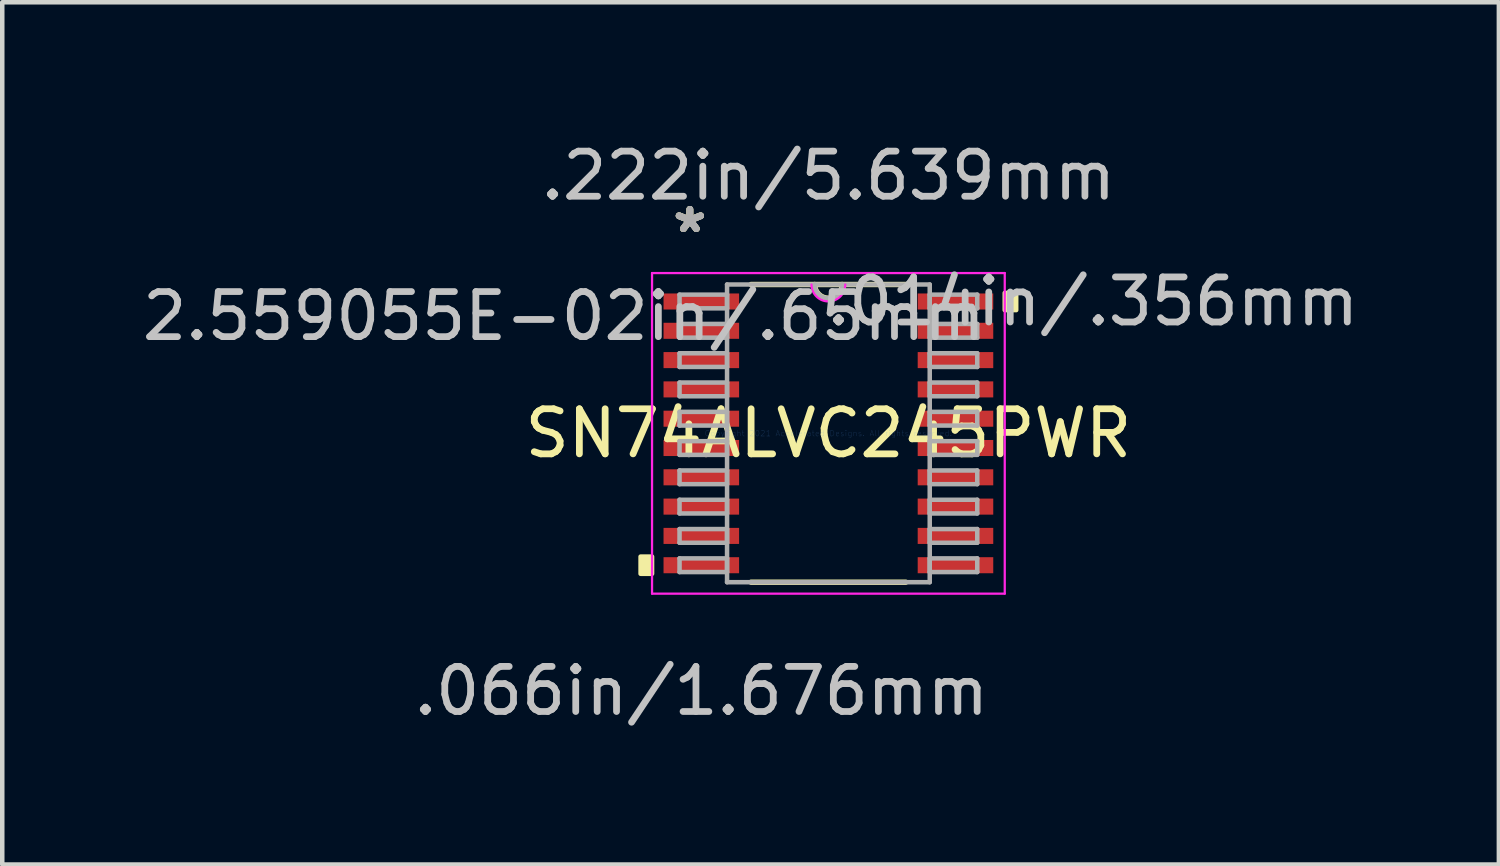
<source format=kicad_pcb>
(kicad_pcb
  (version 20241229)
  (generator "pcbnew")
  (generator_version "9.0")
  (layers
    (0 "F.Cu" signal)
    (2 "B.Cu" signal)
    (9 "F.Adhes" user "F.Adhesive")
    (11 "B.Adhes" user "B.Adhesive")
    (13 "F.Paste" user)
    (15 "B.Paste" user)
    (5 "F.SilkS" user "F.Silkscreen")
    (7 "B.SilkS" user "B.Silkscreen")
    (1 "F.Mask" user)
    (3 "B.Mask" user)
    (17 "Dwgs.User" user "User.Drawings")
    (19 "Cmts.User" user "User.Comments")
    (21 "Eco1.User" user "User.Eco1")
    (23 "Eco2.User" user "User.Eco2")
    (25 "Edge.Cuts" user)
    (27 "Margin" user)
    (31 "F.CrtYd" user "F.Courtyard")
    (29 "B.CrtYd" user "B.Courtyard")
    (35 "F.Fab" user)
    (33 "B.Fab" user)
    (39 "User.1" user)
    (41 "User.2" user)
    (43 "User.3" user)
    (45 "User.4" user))
  (footprint "SN74ALVC245PWR"
    (layer "F.Cu")
    (at 15.326 6.563)
    (property "Reference" "SN74ALVC245PWR" (at 0 0 0) (layer "F.SilkS") (effects (font (size 1 1) (thickness 0.15))))
    (attr through_hole)
    (fp_line (start -1.715 3.302) (end 1.715 3.302) (stroke (width 0.12) (type solid)) (layer "F.SilkS"))
    (fp_line (start 1.715 -3.302) (end -1.715 -3.302) (stroke (width 0.12) (type solid)) (layer "F.SilkS"))
    (fp_arc (start 0.3048 -3.302) (mid 0 -2.9972) (end -0.3048 -3.302) (stroke (width 0.12) (type solid)) (layer "F.SilkS"))
    (fp_poly (pts (xy -4.166 2.734) (xy -4.166 3.115) (xy -3.912 3.115) (xy -3.912 2.734)) (stroke (width 0.1) (type solid)) (fill yes) (layer "F.SilkS"))
    (fp_poly (pts (xy 4.166 -3.115) (xy 4.166 -2.734) (xy 3.912 -2.734) (xy 3.912 -3.115)) (stroke (width 0.1) (type solid)) (fill yes) (layer "F.SilkS"))
    (fp_line (start -3.912 -3.556) (end 3.912 -3.556) (stroke (width 0.05) (type solid)) (layer "F.CrtYd"))
    (fp_line (start -3.912 3.556) (end -3.912 -3.556) (stroke (width 0.05) (type solid)) (layer "F.CrtYd"))
    (fp_line (start 3.912 -3.556) (end 3.912 3.556) (stroke (width 0.05) (type solid)) (layer "F.CrtYd"))
    (fp_line (start 3.912 3.556) (end -3.912 3.556) (stroke (width 0.05) (type solid)) (layer "F.CrtYd"))
    (fp_arc (start 0.37465 -3.302) (mid 0 -2.92735) (end -0.37465 -3.302) (stroke (width 0.05) (type solid)) (layer "F.CrtYd"))
    (fp_line (start -3.302 -3.077) (end -3.302 -2.773) (stroke (width 0.1) (type solid)) (layer "F.Fab"))
    (fp_line (start -3.302 -2.773) (end -2.248 -2.773) (stroke (width 0.1) (type solid)) (layer "F.Fab"))
    (fp_line (start -3.302 -2.427) (end -3.302 -2.123) (stroke (width 0.1) (type solid)) (layer "F.Fab"))
    (fp_line (start -3.302 -2.123) (end -2.248 -2.123) (stroke (width 0.1) (type solid)) (layer "F.Fab"))
    (fp_line (start -3.302 -1.777) (end -3.302 -1.473) (stroke (width 0.1) (type solid)) (layer "F.Fab"))
    (fp_line (start -3.302 -1.473) (end -2.248 -1.473) (stroke (width 0.1) (type solid)) (layer "F.Fab"))
    (fp_line (start -3.302 -1.127) (end -3.302 -0.823) (stroke (width 0.1) (type solid)) (layer "F.Fab"))
    (fp_line (start -3.302 -0.823) (end -2.248 -0.823) (stroke (width 0.1) (type solid)) (layer "F.Fab"))
    (fp_line (start -3.302 -0.477) (end -3.302 -0.173) (stroke (width 0.1) (type solid)) (layer "F.Fab"))
    (fp_line (start -3.302 -0.173) (end -2.248 -0.173) (stroke (width 0.1) (type solid)) (layer "F.Fab"))
    (fp_line (start -3.302 0.173) (end -3.302 0.477) (stroke (width 0.1) (type solid)) (layer "F.Fab"))
    (fp_line (start -3.302 0.477) (end -2.248 0.477) (stroke (width 0.1) (type solid)) (layer "F.Fab"))
    (fp_line (start -3.302 0.823) (end -3.302 1.127) (stroke (width 0.1) (type solid)) (layer "F.Fab"))
    (fp_line (start -3.302 1.127) (end -2.248 1.127) (stroke (width 0.1) (type solid)) (layer "F.Fab"))
    (fp_line (start -3.302 1.473) (end -3.302 1.777) (stroke (width 0.1) (type solid)) (layer "F.Fab"))
    (fp_line (start -3.302 1.777) (end -2.248 1.777) (stroke (width 0.1) (type solid)) (layer "F.Fab"))
    (fp_line (start -3.302 2.123) (end -3.302 2.427) (stroke (width 0.1) (type solid)) (layer "F.Fab"))
    (fp_line (start -3.302 2.427) (end -2.248 2.427) (stroke (width 0.1) (type solid)) (layer "F.Fab"))
    (fp_line (start -3.302 2.773) (end -3.302 3.077) (stroke (width 0.1) (type solid)) (layer "F.Fab"))
    (fp_line (start -3.302 3.077) (end -2.248 3.077) (stroke (width 0.1) (type solid)) (layer "F.Fab"))
    (fp_line (start -2.248 -3.302) (end -2.248 3.302) (stroke (width 0.1) (type solid)) (layer "F.Fab"))
    (fp_line (start -2.248 -3.077) (end -3.302 -3.077) (stroke (width 0.1) (type solid)) (layer "F.Fab"))
    (fp_line (start -2.248 -2.773) (end -2.248 -3.077) (stroke (width 0.1) (type solid)) (layer "F.Fab"))
    (fp_line (start -2.248 -2.427) (end -3.302 -2.427) (stroke (width 0.1) (type solid)) (layer "F.Fab"))
    (fp_line (start -2.248 -2.123) (end -2.248 -2.427) (stroke (width 0.1) (type solid)) (layer "F.Fab"))
    (fp_line (start -2.248 -1.777) (end -3.302 -1.777) (stroke (width 0.1) (type solid)) (layer "F.Fab"))
    (fp_line (start -2.248 -1.473) (end -2.248 -1.777) (stroke (width 0.1) (type solid)) (layer "F.Fab"))
    (fp_line (start -2.248 -1.127) (end -3.302 -1.127) (stroke (width 0.1) (type solid)) (layer "F.Fab"))
    (fp_line (start -2.248 -0.823) (end -2.248 -1.127) (stroke (width 0.1) (type solid)) (layer "F.Fab"))
    (fp_line (start -2.248 -0.477) (end -3.302 -0.477) (stroke (width 0.1) (type solid)) (layer "F.Fab"))
    (fp_line (start -2.248 -0.173) (end -2.248 -0.477) (stroke (width 0.1) (type solid)) (layer "F.Fab"))
    (fp_line (start -2.248 0.173) (end -3.302 0.173) (stroke (width 0.1) (type solid)) (layer "F.Fab"))
    (fp_line (start -2.248 0.477) (end -2.248 0.173) (stroke (width 0.1) (type solid)) (layer "F.Fab"))
    (fp_line (start -2.248 0.823) (end -3.302 0.823) (stroke (width 0.1) (type solid)) (layer "F.Fab"))
    (fp_line (start -2.248 1.127) (end -2.248 0.823) (stroke (width 0.1) (type solid)) (layer "F.Fab"))
    (fp_line (start -2.248 1.473) (end -3.302 1.473) (stroke (width 0.1) (type solid)) (layer "F.Fab"))
    (fp_line (start -2.248 1.777) (end -2.248 1.473) (stroke (width 0.1) (type solid)) (layer "F.Fab"))
    (fp_line (start -2.248 2.123) (end -3.302 2.123) (stroke (width 0.1) (type solid)) (layer "F.Fab"))
    (fp_line (start -2.248 2.427) (end -2.248 2.123) (stroke (width 0.1) (type solid)) (layer "F.Fab"))
    (fp_line (start -2.248 2.773) (end -3.302 2.773) (stroke (width 0.1) (type solid)) (layer "F.Fab"))
    (fp_line (start -2.248 3.077) (end -2.248 2.773) (stroke (width 0.1) (type solid)) (layer "F.Fab"))
    (fp_line (start -2.248 3.302) (end 2.248 3.302) (stroke (width 0.1) (type solid)) (layer "F.Fab"))
    (fp_line (start 2.248 -3.302) (end -2.248 -3.302) (stroke (width 0.1) (type solid)) (layer "F.Fab"))
    (fp_line (start 2.248 -3.077) (end 2.248 -2.773) (stroke (width 0.1) (type solid)) (layer "F.Fab"))
    (fp_line (start 2.248 -2.773) (end 3.302 -2.773) (stroke (width 0.1) (type solid)) (layer "F.Fab"))
    (fp_line (start 2.248 -2.427) (end 2.248 -2.123) (stroke (width 0.1) (type solid)) (layer "F.Fab"))
    (fp_line (start 2.248 -2.123) (end 3.302 -2.123) (stroke (width 0.1) (type solid)) (layer "F.Fab"))
    (fp_line (start 2.248 -1.777) (end 2.248 -1.473) (stroke (width 0.1) (type solid)) (layer "F.Fab"))
    (fp_line (start 2.248 -1.473) (end 3.302 -1.473) (stroke (width 0.1) (type solid)) (layer "F.Fab"))
    (fp_line (start 2.248 -1.127) (end 2.248 -0.823) (stroke (width 0.1) (type solid)) (layer "F.Fab"))
    (fp_line (start 2.248 -0.823) (end 3.302 -0.823) (stroke (width 0.1) (type solid)) (layer "F.Fab"))
    (fp_line (start 2.248 -0.477) (end 2.248 -0.173) (stroke (width 0.1) (type solid)) (layer "F.Fab"))
    (fp_line (start 2.248 -0.173) (end 3.302 -0.173) (stroke (width 0.1) (type solid)) (layer "F.Fab"))
    (fp_line (start 2.248 0.173) (end 2.248 0.477) (stroke (width 0.1) (type solid)) (layer "F.Fab"))
    (fp_line (start 2.248 0.477) (end 3.302 0.477) (stroke (width 0.1) (type solid)) (layer "F.Fab"))
    (fp_line (start 2.248 0.823) (end 2.248 1.127) (stroke (width 0.1) (type solid)) (layer "F.Fab"))
    (fp_line (start 2.248 1.127) (end 3.302 1.127) (stroke (width 0.1) (type solid)) (layer "F.Fab"))
    (fp_line (start 2.248 1.473) (end 2.248 1.777) (stroke (width 0.1) (type solid)) (layer "F.Fab"))
    (fp_line (start 2.248 1.777) (end 3.302 1.777) (stroke (width 0.1) (type solid)) (layer "F.Fab"))
    (fp_line (start 2.248 2.123) (end 2.248 2.427) (stroke (width 0.1) (type solid)) (layer "F.Fab"))
    (fp_line (start 2.248 2.427) (end 3.302 2.427) (stroke (width 0.1) (type solid)) (layer "F.Fab"))
    (fp_line (start 2.248 2.773) (end 2.248 3.077) (stroke (width 0.1) (type solid)) (layer "F.Fab"))
    (fp_line (start 2.248 3.077) (end 3.302 3.077) (stroke (width 0.1) (type solid)) (layer "F.Fab"))
    (fp_line (start 2.248 3.302) (end 2.248 -3.302) (stroke (width 0.1) (type solid)) (layer "F.Fab"))
    (fp_line (start 3.302 -3.077) (end 2.248 -3.077) (stroke (width 0.1) (type solid)) (layer "F.Fab"))
    (fp_line (start 3.302 -2.773) (end 3.302 -3.077) (stroke (width 0.1) (type solid)) (layer "F.Fab"))
    (fp_line (start 3.302 -2.427) (end 2.248 -2.427) (stroke (width 0.1) (type solid)) (layer "F.Fab"))
    (fp_line (start 3.302 -2.123) (end 3.302 -2.427) (stroke (width 0.1) (type solid)) (layer "F.Fab"))
    (fp_line (start 3.302 -1.777) (end 2.248 -1.777) (stroke (width 0.1) (type solid)) (layer "F.Fab"))
    (fp_line (start 3.302 -1.473) (end 3.302 -1.777) (stroke (width 0.1) (type solid)) (layer "F.Fab"))
    (fp_line (start 3.302 -1.127) (end 2.248 -1.127) (stroke (width 0.1) (type solid)) (layer "F.Fab"))
    (fp_line (start 3.302 -0.823) (end 3.302 -1.127) (stroke (width 0.1) (type solid)) (layer "F.Fab"))
    (fp_line (start 3.302 -0.477) (end 2.248 -0.477) (stroke (width 0.1) (type solid)) (layer "F.Fab"))
    (fp_line (start 3.302 -0.173) (end 3.302 -0.477) (stroke (width 0.1) (type solid)) (layer "F.Fab"))
    (fp_line (start 3.302 0.173) (end 2.248 0.173) (stroke (width 0.1) (type solid)) (layer "F.Fab"))
    (fp_line (start 3.302 0.477) (end 3.302 0.173) (stroke (width 0.1) (type solid)) (layer "F.Fab"))
    (fp_line (start 3.302 0.823) (end 2.248 0.823) (stroke (width 0.1) (type solid)) (layer "F.Fab"))
    (fp_line (start 3.302 1.127) (end 3.302 0.823) (stroke (width 0.1) (type solid)) (layer "F.Fab"))
    (fp_line (start 3.302 1.473) (end 2.248 1.473) (stroke (width 0.1) (type solid)) (layer "F.Fab"))
    (fp_line (start 3.302 1.777) (end 3.302 1.473) (stroke (width 0.1) (type solid)) (layer "F.Fab"))
    (fp_line (start 3.302 2.123) (end 2.248 2.123) (stroke (width 0.1) (type solid)) (layer "F.Fab"))
    (fp_line (start 3.302 2.427) (end 3.302 2.123) (stroke (width 0.1) (type solid)) (layer "F.Fab"))
    (fp_line (start 3.302 2.773) (end 2.248 2.773) (stroke (width 0.1) (type solid)) (layer "F.Fab"))
    (fp_line (start 3.302 3.077) (end 3.302 2.773) (stroke (width 0.1) (type solid)) (layer "F.Fab"))
    (fp_arc (start 0.3048 -3.302) (mid 0 -2.9972) (end -0.3048 -3.302) (stroke (width 0.1) (type solid)) (layer "F.Fab"))
    (fp_text user "*" (at -3.073 -4.424 0) (layer "F.SilkS") (effects (font (size 1 1) (thickness 0.15))))
    (fp_text user "*" (at -3.073 -4.424 0) (layer "F.SilkS") (effects (font (size 1 1) (thickness 0.15))))
    (fp_text user "2.559055E-02in/.65mm" (at -5.867 -2.6 0) (layer "Dwgs.User") (effects (font (size 1 1) (thickness 0.15))))
    (fp_text user ".014in/.356mm" (at 5.867 -2.925 0) (layer "Dwgs.User") (effects (font (size 1 1) (thickness 0.15))))
    (fp_text user ".222in/5.639mm" (at 0 -5.715 0) (layer "Dwgs.User") (effects (font (size 1 1) (thickness 0.15))))
    (fp_text user ".066in/1.676mm" (at -2.819 5.715 0) (layer "Dwgs.User") (effects (font (size 1 1) (thickness 0.15))))
    (fp_text user "Copyright 2021 Accelerated Designs. All rights reserved." (at 0 0 0) (layer "Cmts.User") (effects (font (size 0.127 0.127) (thickness 0.002))))
    (fp_text user "*" (at -3.073 -4.424 0) (layer "F.Fab") (effects (font (size 1 1) (thickness 0.15))))
    (fp_text user "*" (at -3.073 -4.424 0) (layer "F.Fab") (effects (font (size 1 1) (thickness 0.15))))
    (pad "1" smd rect (at -2.819 -2.925) (size 1.676 0.356) (layers "F.Cu" "F.Mask" "F.Paste"))
    (pad "2" smd rect (at -2.819 -2.275) (size 1.676 0.356) (layers "F.Cu" "F.Mask" "F.Paste"))
    (pad "3" smd rect (at -2.819 -1.625) (size 1.676 0.356) (layers "F.Cu" "F.Mask" "F.Paste"))
    (pad "4" smd rect (at -2.819 -0.975) (size 1.676 0.356) (layers "F.Cu" "F.Mask" "F.Paste"))
    (pad "5" smd rect (at -2.819 -0.325) (size 1.676 0.356) (layers "F.Cu" "F.Mask" "F.Paste"))
    (pad "6" smd rect (at -2.819 0.325) (size 1.676 0.356) (layers "F.Cu" "F.Mask" "F.Paste"))
    (pad "7" smd rect (at -2.819 0.975) (size 1.676 0.356) (layers "F.Cu" "F.Mask" "F.Paste"))
    (pad "8" smd rect (at -2.819 1.625) (size 1.676 0.356) (layers "F.Cu" "F.Mask" "F.Paste"))
    (pad "9" smd rect (at -2.819 2.275) (size 1.676 0.356) (layers "F.Cu" "F.Mask" "F.Paste"))
    (pad "10" smd rect (at -2.819 2.925) (size 1.676 0.356) (layers "F.Cu" "F.Mask" "F.Paste"))
    (pad "11" smd rect (at 2.819 2.925) (size 1.676 0.356) (layers "F.Cu" "F.Mask" "F.Paste"))
    (pad "12" smd rect (at 2.819 2.275) (size 1.676 0.356) (layers "F.Cu" "F.Mask" "F.Paste"))
    (pad "13" smd rect (at 2.819 1.625) (size 1.676 0.356) (layers "F.Cu" "F.Mask" "F.Paste"))
    (pad "14" smd rect (at 2.819 0.975) (size 1.676 0.356) (layers "F.Cu" "F.Mask" "F.Paste"))
    (pad "15" smd rect (at 2.819 0.325) (size 1.676 0.356) (layers "F.Cu" "F.Mask" "F.Paste"))
    (pad "16" smd rect (at 2.819 -0.325) (size 1.676 0.356) (layers "F.Cu" "F.Mask" "F.Paste"))
    (pad "17" smd rect (at 2.819 -0.975) (size 1.676 0.356) (layers "F.Cu" "F.Mask" "F.Paste"))
    (pad "18" smd rect (at 2.819 -1.625) (size 1.676 0.356) (layers "F.Cu" "F.Mask" "F.Paste"))
    (pad "19" smd rect (at 2.819 -2.275) (size 1.676 0.356) (layers "F.Cu" "F.Mask" "F.Paste"))
    (pad "20" smd rect (at 2.819 -2.925) (size 1.676 0.356) (layers "F.Cu" "F.Mask" "F.Paste")))
  (gr_rect
    (start -3 -3)
    (end 30.199 16.127)
    (stroke (width 0.1) (type default))
    (fill no)
    (layer "Edge.Cuts")))
</source>
